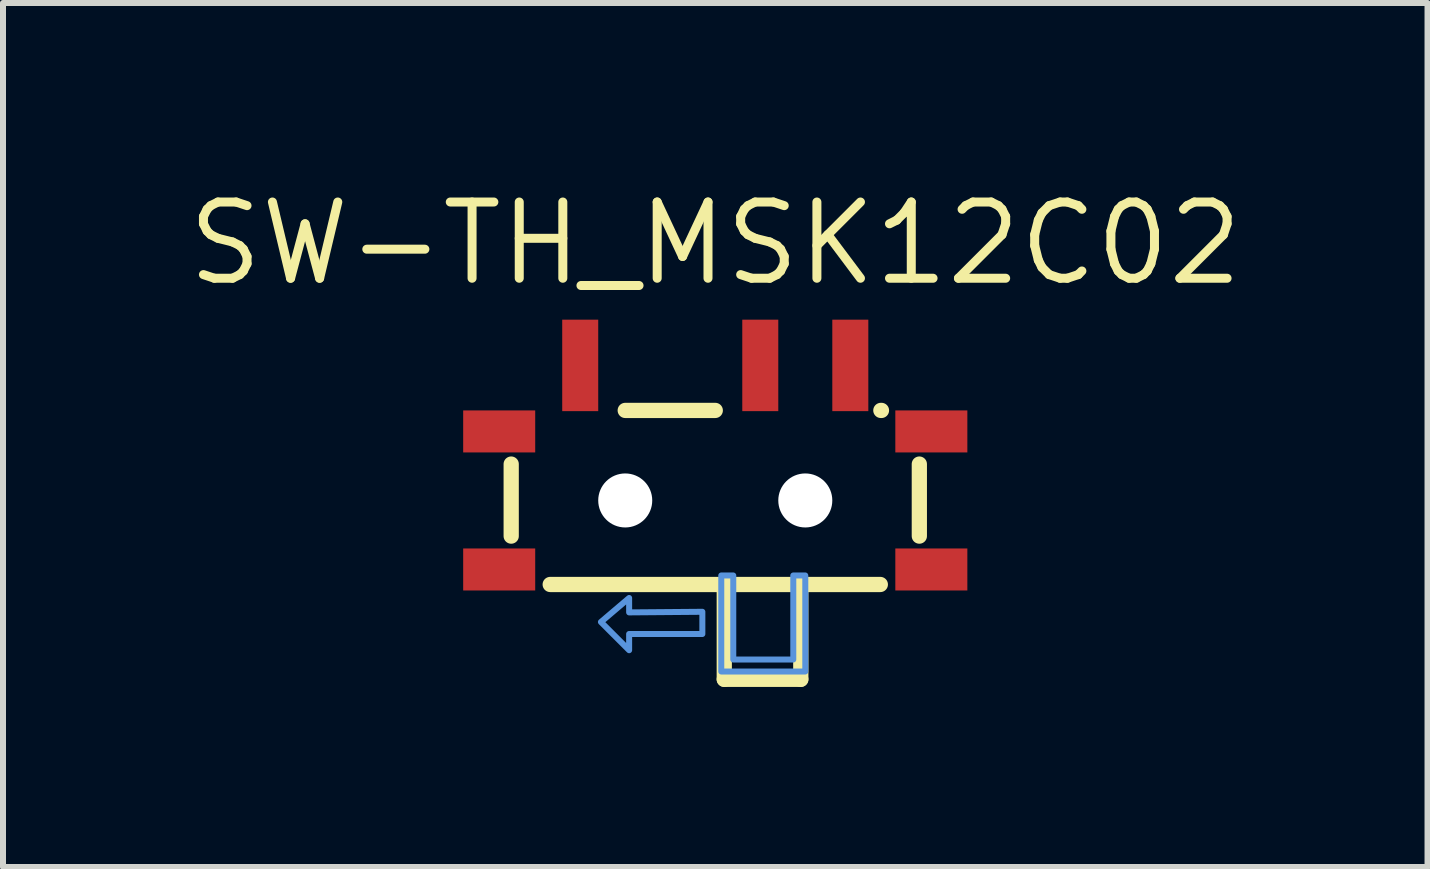
<source format=kicad_pcb>
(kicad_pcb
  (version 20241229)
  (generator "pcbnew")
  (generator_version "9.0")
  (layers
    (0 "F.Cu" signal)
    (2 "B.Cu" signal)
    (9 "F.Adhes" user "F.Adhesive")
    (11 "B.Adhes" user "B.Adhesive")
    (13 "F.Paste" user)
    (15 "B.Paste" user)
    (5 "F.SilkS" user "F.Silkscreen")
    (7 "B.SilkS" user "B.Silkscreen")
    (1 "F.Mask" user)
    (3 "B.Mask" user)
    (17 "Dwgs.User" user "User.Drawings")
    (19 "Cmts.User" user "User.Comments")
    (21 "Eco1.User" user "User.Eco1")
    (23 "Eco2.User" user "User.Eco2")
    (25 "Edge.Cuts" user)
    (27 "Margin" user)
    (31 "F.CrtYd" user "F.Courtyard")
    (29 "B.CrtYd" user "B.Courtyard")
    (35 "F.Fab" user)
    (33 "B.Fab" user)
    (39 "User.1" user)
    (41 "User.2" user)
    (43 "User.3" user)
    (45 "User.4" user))
  (footprint "SW-TH_MSK12C02"
    (layer "F.Cu")
    (at 8.867 4.738)
    (property "Reference" "SW-TH_MSK12C02" (at 0 -3.732 0) (layer "F.SilkS") (effects (font (size 1.27 1.27) (thickness 0.15))))
    (attr smd)
    (fp_line (start -3.4 -0.056) (end -3.4 1.144) (stroke (width 0.254) (type solid)) (layer "F.SilkS"))
    (fp_line (start -2.75 1.95) (end 2.75 1.95) (stroke (width 0.254) (type solid)) (layer "F.SilkS"))
    (fp_line (start -1.5 -0.95) (end 0 -0.95) (stroke (width 0.254) (type solid)) (layer "F.SilkS"))
    (fp_line (start 0.15 1.93) (end 0.15 3.53) (stroke (width 0.254) (type solid)) (layer "F.SilkS"))
    (fp_line (start 0.15 3.53) (end 1.425 3.53) (stroke (width 0.254) (type solid)) (layer "F.SilkS"))
    (fp_line (start 1.425 3.53) (end 1.425 1.93) (stroke (width 0.254) (type solid)) (layer "F.SilkS"))
    (fp_line (start 2.769 -0.95) (end 2.759 -0.95) (stroke (width 0.254) (type solid)) (layer "F.SilkS"))
    (fp_line (start 3.4 -0.056) (end 3.4 1.144) (stroke (width 0.254) (type solid)) (layer "F.SilkS"))
    (fp_circle (center -1.5 0.55) (end -1.31 0.55) (stroke (width 0.38) (type solid)) (fill no) (layer "Cmts.User"))
    (fp_circle (center 1.5 0.55) (end 1.69 0.55) (stroke (width 0.38) (type solid)) (fill no) (layer "Cmts.User"))
    (fp_poly (pts (xy -0.215 2.405) (xy -0.215 2.775) (xy -1.435 2.775) (xy -1.435 3.045) (xy -1.905 2.575) (xy -1.435 2.175) (xy -1.435 2.415)) (stroke (width 0.1) (type solid)) (fill no) (layer "Cmts.User"))
    (fp_poly (pts (xy 0.1 1.95) (xy 0.1 3.4) (xy 1.5 3.4) (xy 1.5 1.8) (xy 1.3 1.8) (xy 1.3 3.2) (xy 0.3 3.2) (xy 0.3 1.8) (xy 0.1 1.8)) (stroke (width 0.1) (type solid)) (fill no) (layer "Cmts.User"))
    (fp_text user "" (at 0 0 0) (layer "Cmts.User") (effects (font (size 1 1) (thickness 0.15))))
    (pad "" np_thru_hole circle (at -1.5 0.55) (size 0.9 0.9) (drill 0.9) (layers "*.Cu" "*.Mask"))
    (pad "" np_thru_hole circle (at 1.5 0.55) (size 0.9 0.9) (drill 0.9) (layers "*.Cu" "*.Mask"))
    (pad "1" smd rect (at -2.25 -1.7 90) (size 1.524 0.6) (layers "F.Cu" "F.Mask" "F.Paste"))
    (pad "2" smd rect (at 0.75 -1.7 90) (size 1.524 0.6) (layers "F.Cu" "F.Mask" "F.Paste"))
    (pad "3" smd rect (at 2.25 -1.7 90) (size 1.524 0.6) (layers "F.Cu" "F.Mask" "F.Paste"))
    (pad "4" smd rect (at -3.6 -0.6 180) (size 1.2 0.7) (layers "F.Cu" "F.Mask" "F.Paste"))
    (pad "4" smd rect (at -3.6 1.7 180) (size 1.2 0.7) (layers "F.Cu" "F.Mask" "F.Paste"))
    (pad "4" smd rect (at 3.6 -0.6 180) (size 1.2 0.7) (layers "F.Cu" "F.Mask" "F.Paste"))
    (pad "4" smd rect (at 3.6 1.7 180) (size 1.2 0.7) (layers "F.Cu" "F.Mask" "F.Paste")))
  (gr_rect
    (start -3 -3)
    (end 20.734 11.395)
    (stroke (width 0.1) (type default))
    (fill no)
    (layer "Edge.Cuts")))
</source>
